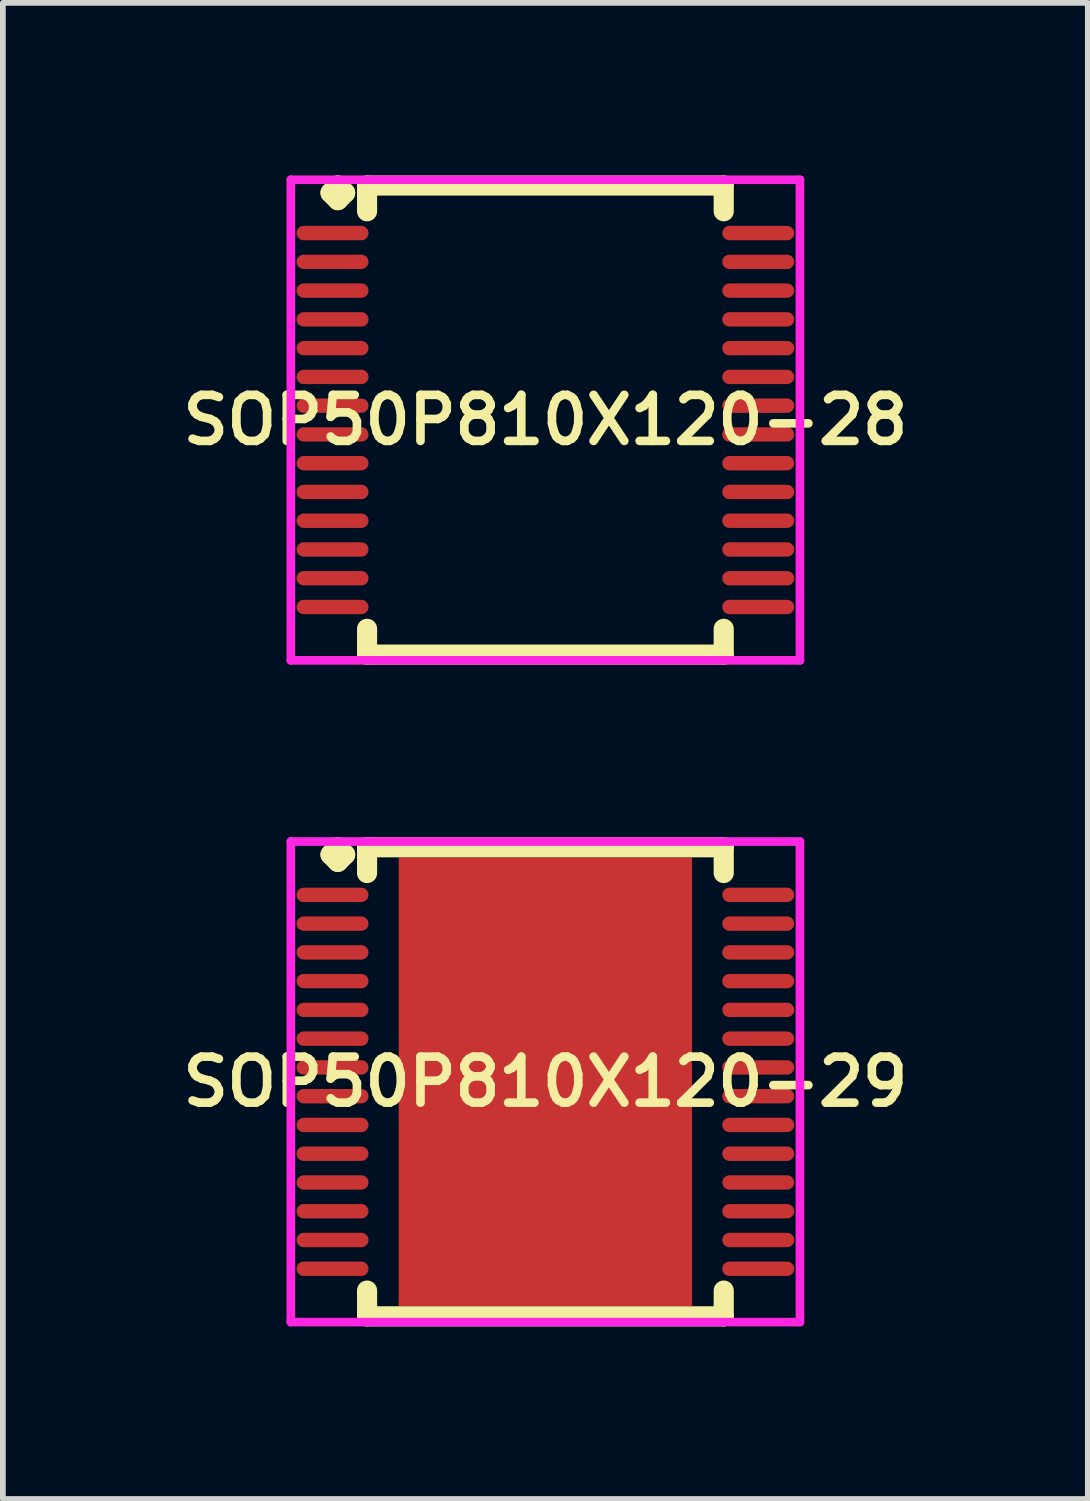
<source format=kicad_pcb>
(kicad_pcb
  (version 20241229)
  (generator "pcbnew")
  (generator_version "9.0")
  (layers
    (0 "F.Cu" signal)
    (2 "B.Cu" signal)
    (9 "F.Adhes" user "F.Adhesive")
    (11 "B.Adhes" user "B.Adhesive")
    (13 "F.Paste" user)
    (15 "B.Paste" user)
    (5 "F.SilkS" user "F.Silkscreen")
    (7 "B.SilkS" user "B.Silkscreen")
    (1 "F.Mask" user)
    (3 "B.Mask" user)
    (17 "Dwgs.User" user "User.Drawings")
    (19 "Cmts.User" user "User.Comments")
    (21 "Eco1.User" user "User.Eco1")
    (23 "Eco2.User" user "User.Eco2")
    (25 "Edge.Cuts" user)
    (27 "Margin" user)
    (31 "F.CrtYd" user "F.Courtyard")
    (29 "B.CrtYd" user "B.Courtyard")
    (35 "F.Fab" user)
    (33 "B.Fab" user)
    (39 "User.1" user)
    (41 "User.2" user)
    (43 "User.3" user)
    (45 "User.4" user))
  (footprint "SOP50P810X120-29"
    (layer "F.Cu")
    (at 6.431 15.756)
    (property "Reference" "SOP50P810X120-29" (at 0 0 0) (layer "F.SilkS") (effects (font (size 0.8 0.8) (thickness 0.15))))
    (attr smd)
    (fp_line (start -3.735 -3.95) (end -3.608 -4.077) (stroke (width 0.35) (type solid)) (layer "F.SilkS"))
    (fp_line (start -3.608 -4.077) (end -3.481 -3.95) (stroke (width 0.35) (type solid)) (layer "F.SilkS"))
    (fp_line (start -3.608 -3.823) (end -3.735 -3.95) (stroke (width 0.35) (type solid)) (layer "F.SilkS"))
    (fp_line (start -3.481 -3.95) (end -3.608 -3.823) (stroke (width 0.35) (type solid)) (layer "F.SilkS"))
    (fp_line (start -3.1 -4.077) (end 3.1 -4.077) (stroke (width 0.35) (type solid)) (layer "F.SilkS"))
    (fp_line (start -3.1 -3.629) (end -3.1 -4.077) (stroke (width 0.35) (type solid)) (layer "F.SilkS"))
    (fp_line (start -3.1 3.629) (end -3.1 4.077) (stroke (width 0.35) (type solid)) (layer "F.SilkS"))
    (fp_line (start -3.1 4.077) (end 3.1 4.077) (stroke (width 0.35) (type solid)) (layer "F.SilkS"))
    (fp_line (start 3.1 -4.077) (end 3.1 -3.629) (stroke (width 0.35) (type solid)) (layer "F.SilkS"))
    (fp_line (start 3.1 4.077) (end 3.1 3.629) (stroke (width 0.35) (type solid)) (layer "F.SilkS"))
    (fp_line (start -4.425 -4.177) (end 4.425 -4.177) (stroke (width 0.15) (type solid)) (layer "F.CrtYd"))
    (fp_line (start -4.425 4.177) (end -4.425 -4.177) (stroke (width 0.15) (type solid)) (layer "F.CrtYd"))
    (fp_line (start 4.425 -4.177) (end 4.425 4.177) (stroke (width 0.15) (type solid)) (layer "F.CrtYd"))
    (fp_line (start 4.425 4.177) (end -4.425 4.177) (stroke (width 0.15) (type solid)) (layer "F.CrtYd"))
    (pad "1" smd oval (at -3.7 -3.25) (size 1.25 0.25) (layers "F.Cu" "F.Mask" "F.Paste"))
    (pad "2" smd oval (at -3.7 -2.75) (size 1.25 0.25) (layers "F.Cu" "F.Mask" "F.Paste"))
    (pad "3" smd oval (at -3.7 -2.25) (size 1.25 0.25) (layers "F.Cu" "F.Mask" "F.Paste"))
    (pad "4" smd oval (at -3.7 -1.75) (size 1.25 0.25) (layers "F.Cu" "F.Mask" "F.Paste"))
    (pad "5" smd oval (at -3.7 -1.25) (size 1.25 0.25) (layers "F.Cu" "F.Mask" "F.Paste"))
    (pad "6" smd oval (at -3.7 -0.75) (size 1.25 0.25) (layers "F.Cu" "F.Mask" "F.Paste"))
    (pad "7" smd oval (at -3.7 -0.25) (size 1.25 0.25) (layers "F.Cu" "F.Mask" "F.Paste"))
    (pad "8" smd oval (at -3.7 0.25) (size 1.25 0.25) (layers "F.Cu" "F.Mask" "F.Paste"))
    (pad "9" smd oval (at -3.7 0.75) (size 1.25 0.25) (layers "F.Cu" "F.Mask" "F.Paste"))
    (pad "10" smd oval (at -3.7 1.25) (size 1.25 0.25) (layers "F.Cu" "F.Mask" "F.Paste"))
    (pad "11" smd oval (at -3.7 1.75) (size 1.25 0.25) (layers "F.Cu" "F.Mask" "F.Paste"))
    (pad "12" smd oval (at -3.7 2.25) (size 1.25 0.25) (layers "F.Cu" "F.Mask" "F.Paste"))
    (pad "13" smd oval (at -3.7 2.75) (size 1.25 0.25) (layers "F.Cu" "F.Mask" "F.Paste"))
    (pad "14" smd oval (at -3.7 3.25) (size 1.25 0.25) (layers "F.Cu" "F.Mask" "F.Paste"))
    (pad "15" smd oval (at 3.7 3.25) (size 1.25 0.25) (layers "F.Cu" "F.Mask" "F.Paste"))
    (pad "16" smd oval (at 3.7 2.75) (size 1.25 0.25) (layers "F.Cu" "F.Mask" "F.Paste"))
    (pad "17" smd oval (at 3.7 2.25) (size 1.25 0.25) (layers "F.Cu" "F.Mask" "F.Paste"))
    (pad "18" smd oval (at 3.7 1.75) (size 1.25 0.25) (layers "F.Cu" "F.Mask" "F.Paste"))
    (pad "19" smd oval (at 3.7 1.25) (size 1.25 0.25) (layers "F.Cu" "F.Mask" "F.Paste"))
    (pad "20" smd oval (at 3.7 0.75) (size 1.25 0.25) (layers "F.Cu" "F.Mask" "F.Paste"))
    (pad "21" smd oval (at 3.7 0.25) (size 1.25 0.25) (layers "F.Cu" "F.Mask" "F.Paste"))
    (pad "22" smd oval (at 3.7 -0.25) (size 1.25 0.25) (layers "F.Cu" "F.Mask" "F.Paste"))
    (pad "23" smd oval (at 3.7 -0.75) (size 1.25 0.25) (layers "F.Cu" "F.Mask" "F.Paste"))
    (pad "24" smd oval (at 3.7 -1.25) (size 1.25 0.25) (layers "F.Cu" "F.Mask" "F.Paste"))
    (pad "25" smd oval (at 3.7 -1.75) (size 1.25 0.25) (layers "F.Cu" "F.Mask" "F.Paste"))
    (pad "26" smd oval (at 3.7 -2.25) (size 1.25 0.25) (layers "F.Cu" "F.Mask" "F.Paste"))
    (pad "27" smd oval (at 3.7 -2.75) (size 1.25 0.25) (layers "F.Cu" "F.Mask" "F.Paste"))
    (pad "28" smd oval (at 3.7 -3.25) (size 1.25 0.25) (layers "F.Cu" "F.Mask" "F.Paste"))
    (pad "29" smd rect (at 0 0) (size 5.1 7.8) (layers "F.Cu" "F.Mask" "F.Paste")))
  (footprint "SOP50P810X120-28"
    (layer "F.Cu")
    (at 6.431 4.252)
    (property "Reference" "SOP50P810X120-28" (at 0 0 0) (layer "F.SilkS") (effects (font (size 0.8 0.8) (thickness 0.15))))
    (attr smd)
    (fp_line (start -3.735 -3.95) (end -3.608 -4.077) (stroke (width 0.35) (type solid)) (layer "F.SilkS"))
    (fp_line (start -3.608 -4.077) (end -3.481 -3.95) (stroke (width 0.35) (type solid)) (layer "F.SilkS"))
    (fp_line (start -3.608 -3.823) (end -3.735 -3.95) (stroke (width 0.35) (type solid)) (layer "F.SilkS"))
    (fp_line (start -3.481 -3.95) (end -3.608 -3.823) (stroke (width 0.35) (type solid)) (layer "F.SilkS"))
    (fp_line (start -3.1 -4.077) (end 3.1 -4.077) (stroke (width 0.35) (type solid)) (layer "F.SilkS"))
    (fp_line (start -3.1 -3.629) (end -3.1 -4.077) (stroke (width 0.35) (type solid)) (layer "F.SilkS"))
    (fp_line (start -3.1 3.629) (end -3.1 4.077) (stroke (width 0.35) (type solid)) (layer "F.SilkS"))
    (fp_line (start -3.1 4.077) (end 3.1 4.077) (stroke (width 0.35) (type solid)) (layer "F.SilkS"))
    (fp_line (start 3.1 -4.077) (end 3.1 -3.629) (stroke (width 0.35) (type solid)) (layer "F.SilkS"))
    (fp_line (start 3.1 4.077) (end 3.1 3.629) (stroke (width 0.35) (type solid)) (layer "F.SilkS"))
    (fp_line (start -4.425 -4.177) (end 4.425 -4.177) (stroke (width 0.15) (type solid)) (layer "F.CrtYd"))
    (fp_line (start -4.425 4.177) (end -4.425 -4.177) (stroke (width 0.15) (type solid)) (layer "F.CrtYd"))
    (fp_line (start 4.425 -4.177) (end 4.425 4.177) (stroke (width 0.15) (type solid)) (layer "F.CrtYd"))
    (fp_line (start 4.425 4.177) (end -4.425 4.177) (stroke (width 0.15) (type solid)) (layer "F.CrtYd"))
    (pad "1" smd oval (at -3.7 -3.25) (size 1.25 0.25) (layers "F.Cu" "F.Mask" "F.Paste"))
    (pad "2" smd oval (at -3.7 -2.75) (size 1.25 0.25) (layers "F.Cu" "F.Mask" "F.Paste"))
    (pad "3" smd oval (at -3.7 -2.25) (size 1.25 0.25) (layers "F.Cu" "F.Mask" "F.Paste"))
    (pad "4" smd oval (at -3.7 -1.75) (size 1.25 0.25) (layers "F.Cu" "F.Mask" "F.Paste"))
    (pad "5" smd oval (at -3.7 -1.25) (size 1.25 0.25) (layers "F.Cu" "F.Mask" "F.Paste"))
    (pad "6" smd oval (at -3.7 -0.75) (size 1.25 0.25) (layers "F.Cu" "F.Mask" "F.Paste"))
    (pad "7" smd oval (at -3.7 -0.25) (size 1.25 0.25) (layers "F.Cu" "F.Mask" "F.Paste"))
    (pad "8" smd oval (at -3.7 0.25) (size 1.25 0.25) (layers "F.Cu" "F.Mask" "F.Paste"))
    (pad "9" smd oval (at -3.7 0.75) (size 1.25 0.25) (layers "F.Cu" "F.Mask" "F.Paste"))
    (pad "10" smd oval (at -3.7 1.25) (size 1.25 0.25) (layers "F.Cu" "F.Mask" "F.Paste"))
    (pad "11" smd oval (at -3.7 1.75) (size 1.25 0.25) (layers "F.Cu" "F.Mask" "F.Paste"))
    (pad "12" smd oval (at -3.7 2.25) (size 1.25 0.25) (layers "F.Cu" "F.Mask" "F.Paste"))
    (pad "13" smd oval (at -3.7 2.75) (size 1.25 0.25) (layers "F.Cu" "F.Mask" "F.Paste"))
    (pad "14" smd oval (at -3.7 3.25) (size 1.25 0.25) (layers "F.Cu" "F.Mask" "F.Paste"))
    (pad "15" smd oval (at 3.7 3.25) (size 1.25 0.25) (layers "F.Cu" "F.Mask" "F.Paste"))
    (pad "16" smd oval (at 3.7 2.75) (size 1.25 0.25) (layers "F.Cu" "F.Mask" "F.Paste"))
    (pad "17" smd oval (at 3.7 2.25) (size 1.25 0.25) (layers "F.Cu" "F.Mask" "F.Paste"))
    (pad "18" smd oval (at 3.7 1.75) (size 1.25 0.25) (layers "F.Cu" "F.Mask" "F.Paste"))
    (pad "19" smd oval (at 3.7 1.25) (size 1.25 0.25) (layers "F.Cu" "F.Mask" "F.Paste"))
    (pad "20" smd oval (at 3.7 0.75) (size 1.25 0.25) (layers "F.Cu" "F.Mask" "F.Paste"))
    (pad "21" smd oval (at 3.7 0.25) (size 1.25 0.25) (layers "F.Cu" "F.Mask" "F.Paste"))
    (pad "22" smd oval (at 3.7 -0.25) (size 1.25 0.25) (layers "F.Cu" "F.Mask" "F.Paste"))
    (pad "23" smd oval (at 3.7 -0.75) (size 1.25 0.25) (layers "F.Cu" "F.Mask" "F.Paste"))
    (pad "24" smd oval (at 3.7 -1.25) (size 1.25 0.25) (layers "F.Cu" "F.Mask" "F.Paste"))
    (pad "25" smd oval (at 3.7 -1.75) (size 1.25 0.25) (layers "F.Cu" "F.Mask" "F.Paste"))
    (pad "26" smd oval (at 3.7 -2.25) (size 1.25 0.25) (layers "F.Cu" "F.Mask" "F.Paste"))
    (pad "27" smd oval (at 3.7 -2.75) (size 1.25 0.25) (layers "F.Cu" "F.Mask" "F.Paste"))
    (pad "28" smd oval (at 3.7 -3.25) (size 1.25 0.25) (layers "F.Cu" "F.Mask" "F.Paste")))
  (gr_rect
    (start -3 -3)
    (end 15.861 23.008)
    (stroke (width 0.1) (type default))
    (fill no)
    (layer "Edge.Cuts")))
</source>
